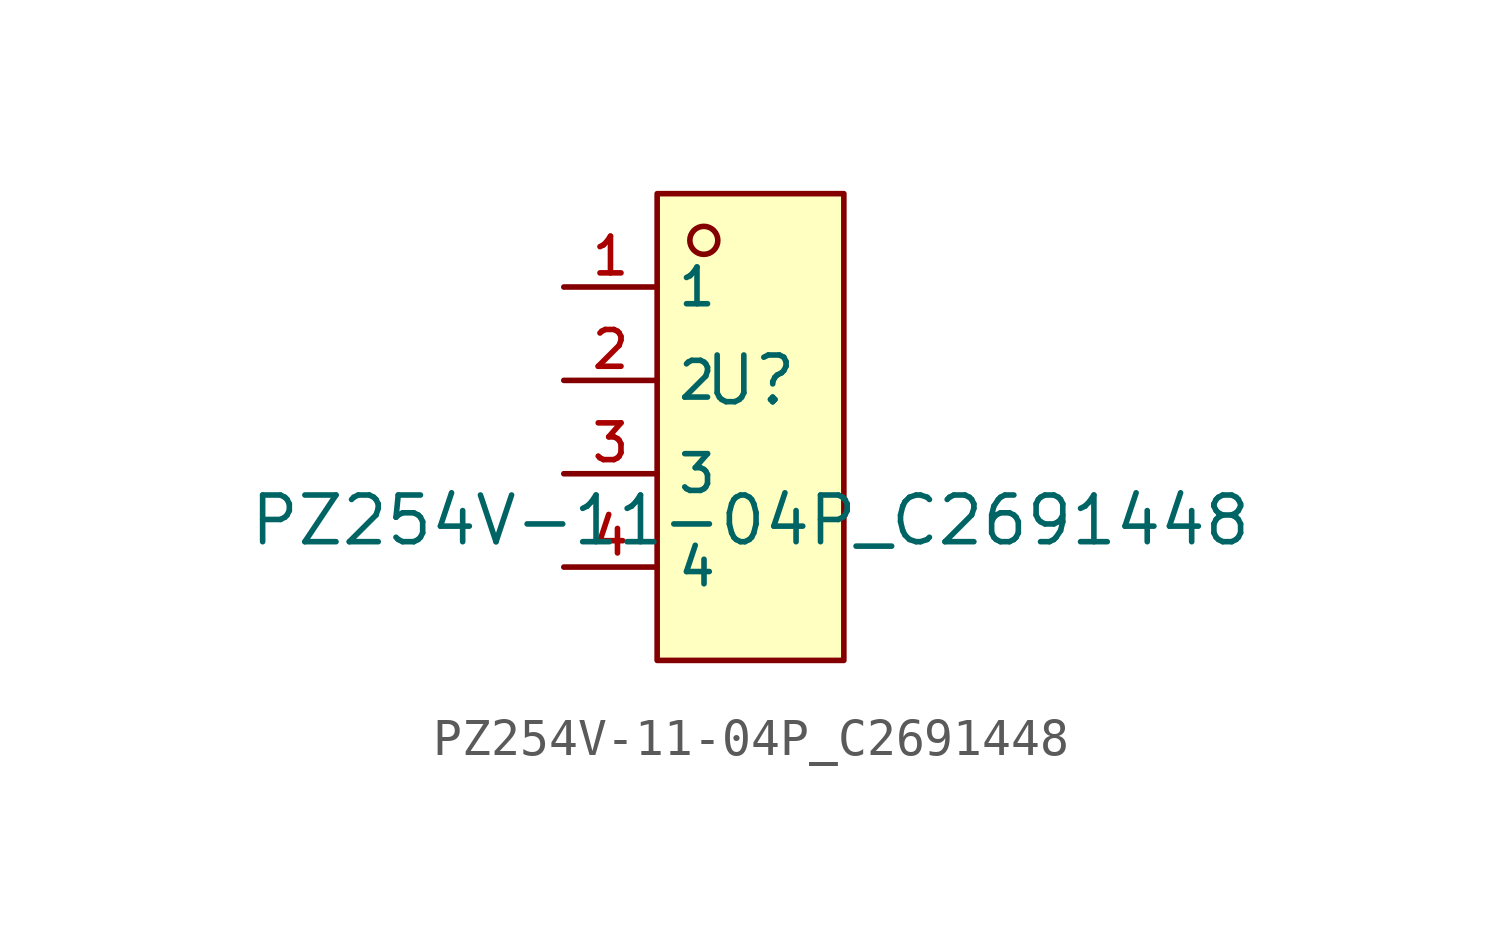
<source format=kicad_sym>
(kicad_symbol_lib
  (version 20210201)
  (generator TousstNicolas/JLC2KiCad_lib)
  (symbol "PZ254V-11-04P_C2691448"
    (property "Reference" "U"
      (at 0 1.27 0)
      (effects (font (size 1.27 1.27))))
    (property "Value" "PZ254V-11-04P_C2691448"
      (at 0 -2.54 0)
      (effects (font (size 1.27 1.27))))
    (symbol "PZ254V-11-04P_C2691448_0_1"
      (rectangle (start -2.54 6.35) (end 2.54 -6.35) (stroke (width 0) (type default) (color 0 0 0 0)) (fill (type background)))
      (circle (center -1.27 5.08) (radius 0.381) (stroke (width 0) (type default) (color 0 0 0 0)) (fill (type background)))
      (pin unspecified line (at -5.08 3.81 0) (length 2.54) (name "1" (effects (font (size 1 1)))) (number "1" (effects (font (size 1 1)))))
      (pin unspecified line (at -5.08 1.27 0) (length 2.54) (name "2" (effects (font (size 1 1)))) (number "2" (effects (font (size 1 1)))))
      (pin unspecified line (at -5.08 -1.27 0) (length 2.54) (name "3" (effects (font (size 1 1)))) (number "3" (effects (font (size 1 1)))))
      (pin unspecified line (at -5.08 -3.81 0) (length 2.54) (name "4" (effects (font (size 1 1)))) (number "4" (effects (font (size 1 1))))))))
</source>
